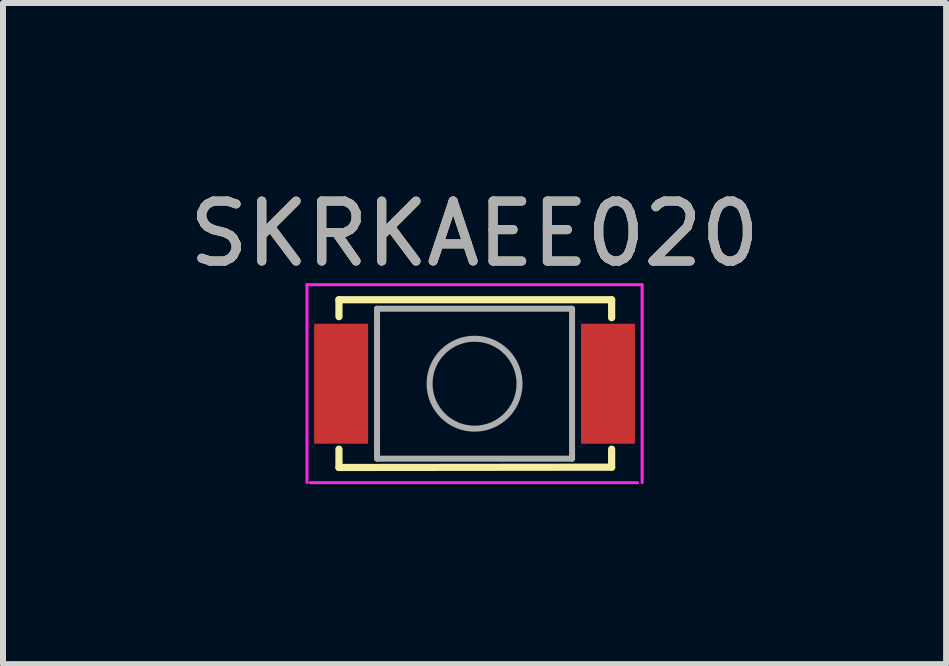
<source format=kicad_pcb>
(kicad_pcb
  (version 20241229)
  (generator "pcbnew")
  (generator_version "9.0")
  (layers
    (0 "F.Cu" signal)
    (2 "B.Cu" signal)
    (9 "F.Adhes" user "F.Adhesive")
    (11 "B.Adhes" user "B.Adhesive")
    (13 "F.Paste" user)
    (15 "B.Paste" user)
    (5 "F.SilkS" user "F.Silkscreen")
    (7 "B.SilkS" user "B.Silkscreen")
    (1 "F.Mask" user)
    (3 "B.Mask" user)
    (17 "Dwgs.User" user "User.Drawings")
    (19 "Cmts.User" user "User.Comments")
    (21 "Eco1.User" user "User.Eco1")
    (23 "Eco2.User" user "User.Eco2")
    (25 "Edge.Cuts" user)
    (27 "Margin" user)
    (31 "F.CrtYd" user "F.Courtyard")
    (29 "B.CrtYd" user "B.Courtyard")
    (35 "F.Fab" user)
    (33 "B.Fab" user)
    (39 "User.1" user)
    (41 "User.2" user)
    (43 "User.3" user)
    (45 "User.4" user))
  (footprint "SKRKAEE020"
    (layer "F.Cu")
    (at 4.863 3.348)
    (property "Reference" "SKRKAEE020" (at 0 -2.5 0) (layer "F.SilkS") (effects (font (size 1 1) (thickness 0.15))))
    (attr smd)
    (fp_line (start -2.261 -1.4) (end 2.286 -1.4) (stroke (width 0.12) (type solid)) (layer "F.SilkS"))
    (fp_line (start -2.261 -1.118) (end -2.261 -1.4) (stroke (width 0.12) (type solid)) (layer "F.SilkS"))
    (fp_line (start -2.261 1.092) (end -2.261 1.397) (stroke (width 0.12) (type solid)) (layer "F.SilkS"))
    (fp_line (start -2.261 1.397) (end 2.286 1.392) (stroke (width 0.12) (type solid)) (layer "F.SilkS"))
    (fp_line (start 2.286 -1.4) (end 2.286 -1.1) (stroke (width 0.12) (type solid)) (layer "F.SilkS"))
    (fp_line (start 2.286 1.392) (end 2.286 1.092) (stroke (width 0.12) (type solid)) (layer "F.SilkS"))
    (fp_line (start -2.794 -1.651) (end -2.794 1.649) (stroke (width 0.05) (type solid)) (layer "F.CrtYd"))
    (fp_line (start -2.743 1.651) (end 2.718 1.651) (stroke (width 0.05) (type solid)) (layer "F.CrtYd"))
    (fp_line (start 2.794 -1.651) (end -2.794 -1.651) (stroke (width 0.05) (type solid)) (layer "F.CrtYd"))
    (fp_line (start 2.794 1.649) (end 2.794 -1.651) (stroke (width 0.05) (type solid)) (layer "F.CrtYd"))
    (fp_line (start -1.626 -1.25) (end 1.626 -1.25) (stroke (width 0.1) (type solid)) (layer "F.Fab"))
    (fp_line (start -1.626 1.25) (end -1.626 -1.25) (stroke (width 0.1) (type solid)) (layer "F.Fab"))
    (fp_line (start 1.626 -1.25) (end 1.626 1.25) (stroke (width 0.1) (type solid)) (layer "F.Fab"))
    (fp_line (start 1.626 1.25) (end -1.626 1.25) (stroke (width 0.1) (type solid)) (layer "F.Fab"))
    (fp_circle (center 0 0) (end 0.75 0) (stroke (width 0.1) (type solid)) (fill no) (layer "F.Fab"))
    (fp_text user "${REFERENCE}" (at 0 -2.5 0) (layer "F.Fab") (effects (font (size 1 1) (thickness 0.15))))
    (pad "1" smd rect (at -2.225 0) (size 0.9 2) (layers "F.Cu" "F.Mask" "F.Paste"))
    (pad "2" smd rect (at 2.225 0) (size 0.9 2) (layers "F.Cu" "F.Mask" "F.Paste")))
  (gr_rect
    (start -3 -3)
    (end 12.726 8.024)
    (stroke (width 0.1) (type default))
    (fill no)
    (layer "Edge.Cuts")))
</source>
